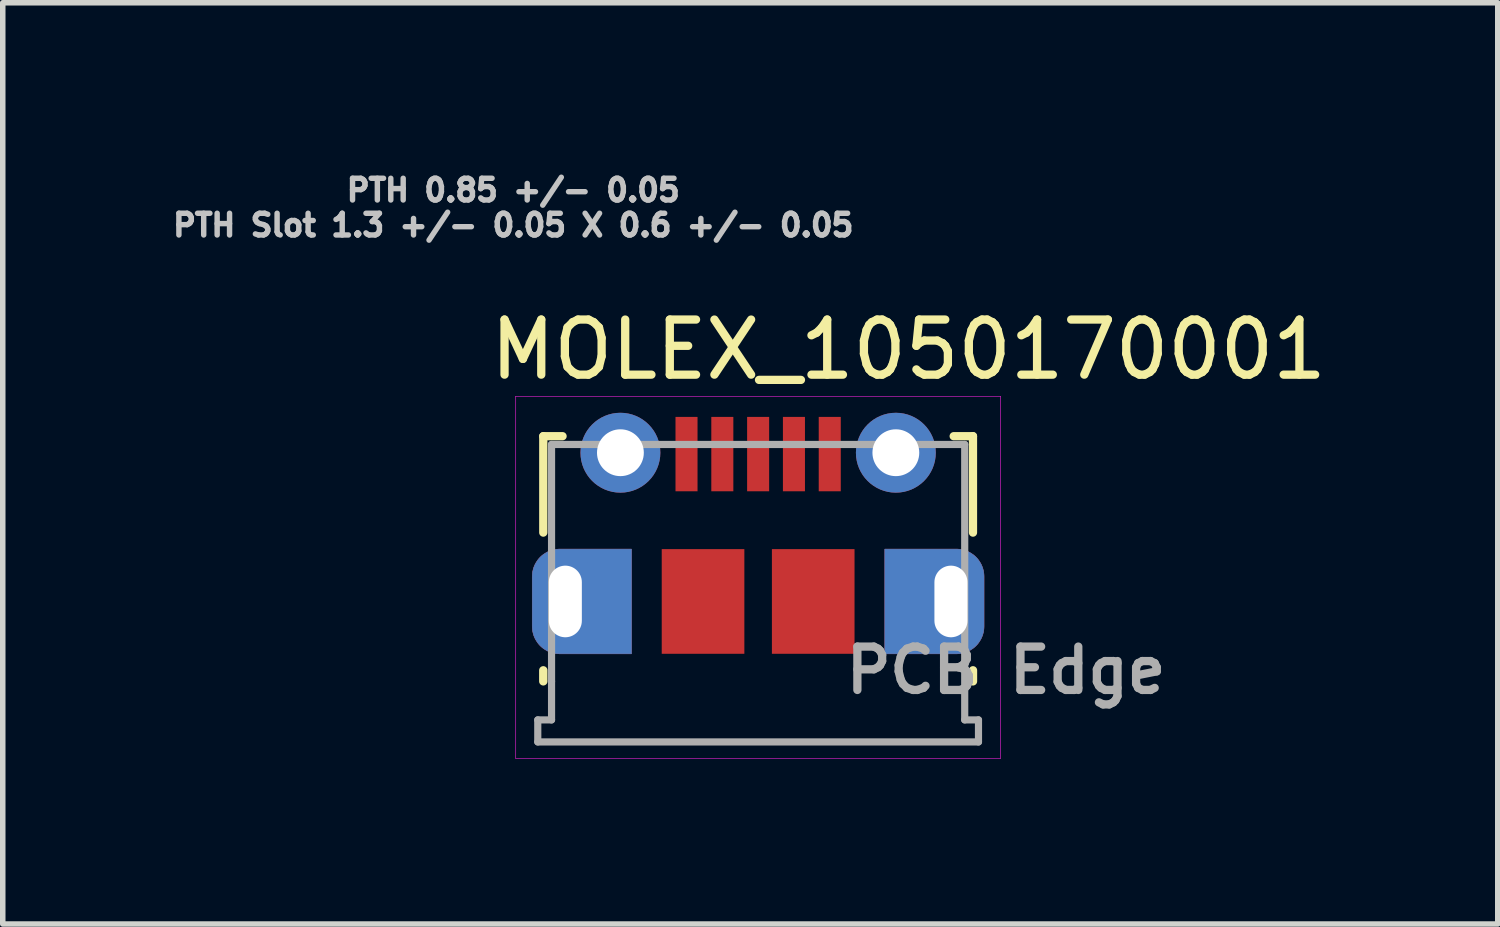
<source format=kicad_pcb>
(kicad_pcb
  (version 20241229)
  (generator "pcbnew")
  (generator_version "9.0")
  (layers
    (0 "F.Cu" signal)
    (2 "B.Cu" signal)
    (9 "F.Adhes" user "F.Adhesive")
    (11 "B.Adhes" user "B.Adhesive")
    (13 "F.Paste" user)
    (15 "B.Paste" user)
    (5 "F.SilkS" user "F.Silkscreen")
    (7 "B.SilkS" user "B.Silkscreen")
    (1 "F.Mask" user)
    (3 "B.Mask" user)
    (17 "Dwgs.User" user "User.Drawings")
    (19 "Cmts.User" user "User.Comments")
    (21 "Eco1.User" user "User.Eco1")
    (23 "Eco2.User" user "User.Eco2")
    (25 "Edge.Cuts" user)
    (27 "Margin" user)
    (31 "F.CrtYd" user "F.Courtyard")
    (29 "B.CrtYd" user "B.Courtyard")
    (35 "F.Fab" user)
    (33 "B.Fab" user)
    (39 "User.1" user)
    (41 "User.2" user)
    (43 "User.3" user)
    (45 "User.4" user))
  (footprint "MOLEX_1050170001"
    (layer "F.Cu")
    (at 10.712 9.318)
    (property "Reference" "MOLEX_1050170001" (at 2.73 -6.022 0) (layer "F.SilkS") (effects (font (size 1 1) (thickness 0.15))))
    (attr smd)
    (fp_poly (pts (xy -2.3 -0.5) (xy -3.6 -0.5) (xy -3.626 -0.501) (xy -3.652 -0.503) (xy -3.678 -0.506) (xy -3.704 -0.511) (xy -3.729 -0.517) (xy -3.755 -0.524) (xy -3.779 -0.533) (xy -3.803 -0.543) (xy -3.827 -0.554) (xy -3.85 -0.567) (xy -3.872 -0.581) (xy -3.894 -0.595) (xy -3.915 -0.611) (xy -3.935 -0.628) (xy -3.954 -0.646) (xy -3.972 -0.665) (xy -3.989 -0.685) (xy -4.005 -0.706) (xy -4.019 -0.728) (xy -4.033 -0.75) (xy -4.046 -0.773) (xy -4.057 -0.797) (xy -4.067 -0.821) (xy -4.076 -0.845) (xy -4.083 -0.871) (xy -4.089 -0.896) (xy -4.094 -0.922) (xy -4.097 -0.948) (xy -4.099 -0.974) (xy -4.1 -1) (xy -4.1 -1.9) (xy -4.099 -1.926) (xy -4.097 -1.952) (xy -4.094 -1.978) (xy -4.089 -2.004) (xy -4.083 -2.029) (xy -4.076 -2.055) (xy -4.067 -2.079) (xy -4.057 -2.103) (xy -4.046 -2.127) (xy -4.033 -2.15) (xy -4.019 -2.172) (xy -4.005 -2.194) (xy -3.989 -2.215) (xy -3.972 -2.235) (xy -3.954 -2.254) (xy -3.935 -2.272) (xy -3.915 -2.289) (xy -3.894 -2.305) (xy -3.872 -2.319) (xy -3.85 -2.333) (xy -3.827 -2.346) (xy -3.803 -2.357) (xy -3.779 -2.367) (xy -3.755 -2.376) (xy -3.729 -2.383) (xy -3.704 -2.389) (xy -3.678 -2.394) (xy -3.652 -2.397) (xy -3.626 -2.399) (xy -3.6 -2.4) (xy -2.3 -2.4) (xy -2.3 -0.5)) (stroke (width 0.01) (type solid)) (fill yes) (layer "F.Cu"))
    (fp_poly (pts (xy 2.3 -0.5) (xy 3.6 -0.5) (xy 3.626 -0.501) (xy 3.652 -0.503) (xy 3.678 -0.506) (xy 3.704 -0.511) (xy 3.729 -0.517) (xy 3.755 -0.524) (xy 3.779 -0.533) (xy 3.803 -0.543) (xy 3.827 -0.554) (xy 3.85 -0.567) (xy 3.872 -0.581) (xy 3.894 -0.595) (xy 3.915 -0.611) (xy 3.935 -0.628) (xy 3.954 -0.646) (xy 3.972 -0.665) (xy 3.989 -0.685) (xy 4.005 -0.706) (xy 4.019 -0.728) (xy 4.033 -0.75) (xy 4.046 -0.773) (xy 4.057 -0.797) (xy 4.067 -0.821) (xy 4.076 -0.845) (xy 4.083 -0.871) (xy 4.089 -0.896) (xy 4.094 -0.922) (xy 4.097 -0.948) (xy 4.099 -0.974) (xy 4.1 -1) (xy 4.1 -1.9) (xy 4.099 -1.926) (xy 4.097 -1.952) (xy 4.094 -1.978) (xy 4.089 -2.004) (xy 4.083 -2.029) (xy 4.076 -2.055) (xy 4.067 -2.079) (xy 4.057 -2.103) (xy 4.046 -2.127) (xy 4.033 -2.15) (xy 4.019 -2.172) (xy 4.005 -2.194) (xy 3.989 -2.215) (xy 3.972 -2.235) (xy 3.954 -2.254) (xy 3.935 -2.272) (xy 3.915 -2.289) (xy 3.894 -2.305) (xy 3.872 -2.319) (xy 3.85 -2.333) (xy 3.827 -2.346) (xy 3.803 -2.357) (xy 3.779 -2.367) (xy 3.755 -2.376) (xy 3.729 -2.383) (xy 3.704 -2.389) (xy 3.678 -2.394) (xy 3.652 -2.397) (xy 3.626 -2.399) (xy 3.6 -2.4) (xy 2.3 -2.4) (xy 2.3 -0.5)) (stroke (width 0.01) (type solid)) (fill yes) (layer "F.Cu"))
    (fp_circle (center -2.5 -4.15) (end -2.106 -4.15) (stroke (width 0.788) (type solid)) (fill no) (layer "F.Mask"))
    (fp_circle (center 2.5 -4.15) (end 2.894 -4.15) (stroke (width 0.788) (type solid)) (fill no) (layer "F.Mask"))
    (fp_poly (pts (xy -1.813 -2.463) (xy -0.186 -2.463) (xy -0.186 -0.436) (xy -1.813 -0.436)) (stroke (width 0.01) (type solid)) (fill yes) (layer "F.Mask"))
    (fp_poly (pts (xy -1.563 -4.864) (xy -1.036 -4.864) (xy -1.036 -3.386) (xy -1.563 -3.386)) (stroke (width 0.01) (type solid)) (fill yes) (layer "F.Mask"))
    (fp_poly (pts (xy -0.913 -4.864) (xy -0.387 -4.864) (xy -0.387 -3.386) (xy -0.913 -3.386)) (stroke (width 0.01) (type solid)) (fill yes) (layer "F.Mask"))
    (fp_poly (pts (xy -0.264 -4.864) (xy 0.264 -4.864) (xy 0.264 -3.386) (xy -0.264 -3.386)) (stroke (width 0.01) (type solid)) (fill yes) (layer "F.Mask"))
    (fp_poly (pts (xy 0.186 -2.463) (xy 1.813 -2.463) (xy 1.813 -0.436) (xy 0.186 -0.436)) (stroke (width 0.01) (type solid)) (fill yes) (layer "F.Mask"))
    (fp_poly (pts (xy 0.387 -4.864) (xy 0.913 -4.864) (xy 0.913 -3.386) (xy 0.387 -3.386)) (stroke (width 0.01) (type solid)) (fill yes) (layer "F.Mask"))
    (fp_poly (pts (xy 1.036 -4.864) (xy 1.563 -4.864) (xy 1.563 -3.386) (xy 1.036 -3.386)) (stroke (width 0.01) (type solid)) (fill yes) (layer "F.Mask"))
    (fp_poly (pts (xy -2.236 -0.436) (xy -3.6 -0.436) (xy -3.629 -0.437) (xy -3.659 -0.44) (xy -3.688 -0.443) (xy -3.717 -0.449) (xy -3.746 -0.456) (xy -3.774 -0.464) (xy -3.802 -0.474) (xy -3.829 -0.485) (xy -3.856 -0.498) (xy -3.882 -0.512) (xy -3.907 -0.527) (xy -3.931 -0.544) (xy -3.955 -0.562) (xy -3.977 -0.581) (xy -3.998 -0.602) (xy -4.019 -0.623) (xy -4.038 -0.645) (xy -4.056 -0.669) (xy -4.073 -0.693) (xy -4.088 -0.718) (xy -4.102 -0.744) (xy -4.115 -0.771) (xy -4.126 -0.798) (xy -4.136 -0.826) (xy -4.144 -0.854) (xy -4.151 -0.883) (xy -4.157 -0.912) (xy -4.16 -0.941) (xy -4.163 -0.971) (xy -4.163 -1) (xy -4.163 -1.9) (xy -4.163 -1.929) (xy -4.16 -1.959) (xy -4.157 -1.988) (xy -4.151 -2.017) (xy -4.144 -2.046) (xy -4.136 -2.074) (xy -4.126 -2.102) (xy -4.115 -2.129) (xy -4.102 -2.156) (xy -4.088 -2.182) (xy -4.073 -2.207) (xy -4.056 -2.231) (xy -4.038 -2.255) (xy -4.019 -2.277) (xy -3.998 -2.298) (xy -3.977 -2.319) (xy -3.955 -2.338) (xy -3.931 -2.356) (xy -3.907 -2.373) (xy -3.882 -2.388) (xy -3.856 -2.402) (xy -3.829 -2.415) (xy -3.802 -2.426) (xy -3.774 -2.436) (xy -3.746 -2.444) (xy -3.717 -2.451) (xy -3.688 -2.457) (xy -3.659 -2.46) (xy -3.629 -2.463) (xy -3.6 -2.463) (xy -2.236 -2.463) (xy -2.236 -0.436) (xy -2.236 -0.436)) (stroke (width 0.01) (type solid)) (fill yes) (layer "F.Mask"))
    (fp_poly (pts (xy 2.236 -0.436) (xy 3.6 -0.436) (xy 3.629 -0.437) (xy 3.659 -0.44) (xy 3.688 -0.443) (xy 3.717 -0.449) (xy 3.746 -0.456) (xy 3.774 -0.464) (xy 3.802 -0.474) (xy 3.829 -0.485) (xy 3.856 -0.498) (xy 3.882 -0.512) (xy 3.907 -0.527) (xy 3.931 -0.544) (xy 3.955 -0.562) (xy 3.977 -0.581) (xy 3.998 -0.602) (xy 4.019 -0.623) (xy 4.038 -0.645) (xy 4.056 -0.669) (xy 4.073 -0.693) (xy 4.088 -0.718) (xy 4.102 -0.744) (xy 4.115 -0.771) (xy 4.126 -0.798) (xy 4.136 -0.826) (xy 4.144 -0.854) (xy 4.151 -0.883) (xy 4.157 -0.912) (xy 4.16 -0.941) (xy 4.163 -0.971) (xy 4.163 -1) (xy 4.163 -1.9) (xy 4.163 -1.929) (xy 4.16 -1.959) (xy 4.157 -1.988) (xy 4.151 -2.017) (xy 4.144 -2.046) (xy 4.136 -2.074) (xy 4.126 -2.102) (xy 4.115 -2.129) (xy 4.102 -2.156) (xy 4.088 -2.182) (xy 4.073 -2.207) (xy 4.056 -2.231) (xy 4.038 -2.255) (xy 4.019 -2.277) (xy 3.998 -2.298) (xy 3.977 -2.319) (xy 3.955 -2.338) (xy 3.931 -2.356) (xy 3.907 -2.373) (xy 3.882 -2.388) (xy 3.856 -2.402) (xy 3.829 -2.415) (xy 3.802 -2.426) (xy 3.774 -2.436) (xy 3.746 -2.444) (xy 3.717 -2.451) (xy 3.688 -2.457) (xy 3.659 -2.46) (xy 3.629 -2.463) (xy 3.6 -2.463) (xy 2.236 -2.463) (xy 2.236 -0.436) (xy 2.236 -0.436)) (stroke (width 0.01) (type solid)) (fill yes) (layer "F.Mask"))
    (fp_poly (pts (xy -2.3 -0.5) (xy -3.6 -0.5) (xy -3.626 -0.501) (xy -3.652 -0.503) (xy -3.678 -0.506) (xy -3.704 -0.511) (xy -3.729 -0.517) (xy -3.755 -0.524) (xy -3.779 -0.533) (xy -3.803 -0.543) (xy -3.827 -0.554) (xy -3.85 -0.567) (xy -3.872 -0.581) (xy -3.894 -0.595) (xy -3.915 -0.611) (xy -3.935 -0.628) (xy -3.954 -0.646) (xy -3.972 -0.665) (xy -3.989 -0.685) (xy -4.005 -0.706) (xy -4.019 -0.728) (xy -4.033 -0.75) (xy -4.046 -0.773) (xy -4.057 -0.797) (xy -4.067 -0.821) (xy -4.076 -0.845) (xy -4.083 -0.871) (xy -4.089 -0.896) (xy -4.094 -0.922) (xy -4.097 -0.948) (xy -4.099 -0.974) (xy -4.1 -1) (xy -4.1 -1.9) (xy -4.099 -1.926) (xy -4.097 -1.952) (xy -4.094 -1.978) (xy -4.089 -2.004) (xy -4.083 -2.029) (xy -4.076 -2.055) (xy -4.067 -2.079) (xy -4.057 -2.103) (xy -4.046 -2.127) (xy -4.033 -2.15) (xy -4.019 -2.172) (xy -4.005 -2.194) (xy -3.989 -2.215) (xy -3.972 -2.235) (xy -3.954 -2.254) (xy -3.935 -2.272) (xy -3.915 -2.289) (xy -3.894 -2.305) (xy -3.872 -2.319) (xy -3.85 -2.333) (xy -3.827 -2.346) (xy -3.803 -2.357) (xy -3.779 -2.367) (xy -3.755 -2.376) (xy -3.729 -2.383) (xy -3.704 -2.389) (xy -3.678 -2.394) (xy -3.652 -2.397) (xy -3.626 -2.399) (xy -3.6 -2.4) (xy -2.3 -2.4) (xy -2.3 -0.5)) (stroke (width 0.01) (type solid)) (fill yes) (layer "B.Cu"))
    (fp_poly (pts (xy 2.3 -0.5) (xy 3.6 -0.5) (xy 3.626 -0.501) (xy 3.652 -0.503) (xy 3.678 -0.506) (xy 3.704 -0.511) (xy 3.729 -0.517) (xy 3.755 -0.524) (xy 3.779 -0.533) (xy 3.803 -0.543) (xy 3.827 -0.554) (xy 3.85 -0.567) (xy 3.872 -0.581) (xy 3.894 -0.595) (xy 3.915 -0.611) (xy 3.935 -0.628) (xy 3.954 -0.646) (xy 3.972 -0.665) (xy 3.989 -0.685) (xy 4.005 -0.706) (xy 4.019 -0.728) (xy 4.033 -0.75) (xy 4.046 -0.773) (xy 4.057 -0.797) (xy 4.067 -0.821) (xy 4.076 -0.845) (xy 4.083 -0.871) (xy 4.089 -0.896) (xy 4.094 -0.922) (xy 4.097 -0.948) (xy 4.099 -0.974) (xy 4.1 -1) (xy 4.1 -1.9) (xy 4.099 -1.926) (xy 4.097 -1.952) (xy 4.094 -1.978) (xy 4.089 -2.004) (xy 4.083 -2.029) (xy 4.076 -2.055) (xy 4.067 -2.079) (xy 4.057 -2.103) (xy 4.046 -2.127) (xy 4.033 -2.15) (xy 4.019 -2.172) (xy 4.005 -2.194) (xy 3.989 -2.215) (xy 3.972 -2.235) (xy 3.954 -2.254) (xy 3.935 -2.272) (xy 3.915 -2.289) (xy 3.894 -2.305) (xy 3.872 -2.319) (xy 3.85 -2.333) (xy 3.827 -2.346) (xy 3.803 -2.357) (xy 3.779 -2.367) (xy 3.755 -2.376) (xy 3.729 -2.383) (xy 3.704 -2.389) (xy 3.678 -2.394) (xy 3.652 -2.397) (xy 3.626 -2.399) (xy 3.6 -2.4) (xy 2.3 -2.4) (xy 2.3 -0.5)) (stroke (width 0.01) (type solid)) (fill yes) (layer "B.Cu"))
    (fp_circle (center -2.5 -4.15) (end -2.106 -4.15) (stroke (width 0.788) (type solid)) (fill no) (layer "B.Mask"))
    (fp_circle (center 2.5 -4.15) (end 2.894 -4.15) (stroke (width 0.788) (type solid)) (fill no) (layer "B.Mask"))
    (fp_poly (pts (xy -2.236 -0.436) (xy -3.6 -0.436) (xy -3.629 -0.437) (xy -3.659 -0.44) (xy -3.688 -0.443) (xy -3.717 -0.449) (xy -3.746 -0.456) (xy -3.774 -0.464) (xy -3.802 -0.474) (xy -3.829 -0.485) (xy -3.856 -0.498) (xy -3.882 -0.512) (xy -3.907 -0.527) (xy -3.931 -0.544) (xy -3.955 -0.562) (xy -3.977 -0.581) (xy -3.998 -0.602) (xy -4.019 -0.623) (xy -4.038 -0.645) (xy -4.056 -0.669) (xy -4.073 -0.693) (xy -4.088 -0.718) (xy -4.102 -0.744) (xy -4.115 -0.771) (xy -4.126 -0.798) (xy -4.136 -0.826) (xy -4.144 -0.854) (xy -4.151 -0.883) (xy -4.157 -0.912) (xy -4.16 -0.941) (xy -4.163 -0.971) (xy -4.163 -1) (xy -4.163 -1.9) (xy -4.163 -1.929) (xy -4.16 -1.959) (xy -4.157 -1.988) (xy -4.151 -2.017) (xy -4.144 -2.046) (xy -4.136 -2.074) (xy -4.126 -2.102) (xy -4.115 -2.129) (xy -4.102 -2.156) (xy -4.088 -2.182) (xy -4.073 -2.207) (xy -4.056 -2.231) (xy -4.038 -2.255) (xy -4.019 -2.277) (xy -3.998 -2.298) (xy -3.977 -2.319) (xy -3.955 -2.338) (xy -3.931 -2.356) (xy -3.907 -2.373) (xy -3.882 -2.388) (xy -3.856 -2.402) (xy -3.829 -2.415) (xy -3.802 -2.426) (xy -3.774 -2.436) (xy -3.746 -2.444) (xy -3.717 -2.451) (xy -3.688 -2.457) (xy -3.659 -2.46) (xy -3.629 -2.463) (xy -3.6 -2.463) (xy -2.236 -2.463) (xy -2.236 -0.436) (xy -2.236 -0.436)) (stroke (width 0.01) (type solid)) (fill yes) (layer "B.Mask"))
    (fp_poly (pts (xy 2.236 -0.436) (xy 3.6 -0.436) (xy 3.629 -0.437) (xy 3.659 -0.44) (xy 3.688 -0.443) (xy 3.717 -0.449) (xy 3.746 -0.456) (xy 3.774 -0.464) (xy 3.802 -0.474) (xy 3.829 -0.485) (xy 3.856 -0.498) (xy 3.882 -0.512) (xy 3.907 -0.527) (xy 3.931 -0.544) (xy 3.955 -0.562) (xy 3.977 -0.581) (xy 3.998 -0.602) (xy 4.019 -0.623) (xy 4.038 -0.645) (xy 4.056 -0.669) (xy 4.073 -0.693) (xy 4.088 -0.718) (xy 4.102 -0.744) (xy 4.115 -0.771) (xy 4.126 -0.798) (xy 4.136 -0.826) (xy 4.144 -0.854) (xy 4.151 -0.883) (xy 4.157 -0.912) (xy 4.16 -0.941) (xy 4.163 -0.971) (xy 4.163 -1) (xy 4.163 -1.9) (xy 4.163 -1.929) (xy 4.16 -1.959) (xy 4.157 -1.988) (xy 4.151 -2.017) (xy 4.144 -2.046) (xy 4.136 -2.074) (xy 4.126 -2.102) (xy 4.115 -2.129) (xy 4.102 -2.156) (xy 4.088 -2.182) (xy 4.073 -2.207) (xy 4.056 -2.231) (xy 4.038 -2.255) (xy 4.019 -2.277) (xy 3.998 -2.298) (xy 3.977 -2.319) (xy 3.955 -2.338) (xy 3.931 -2.356) (xy 3.907 -2.373) (xy 3.882 -2.388) (xy 3.856 -2.402) (xy 3.829 -2.415) (xy 3.802 -2.426) (xy 3.774 -2.436) (xy 3.746 -2.444) (xy 3.717 -2.451) (xy 3.688 -2.457) (xy 3.659 -2.46) (xy 3.629 -2.463) (xy 3.6 -2.463) (xy 2.236 -2.463) (xy 2.236 -0.436) (xy 2.236 -0.436)) (stroke (width 0.01) (type solid)) (fill yes) (layer "B.Mask"))
    (fp_line (start -3.9 -4.45) (end -3.55 -4.45) (stroke (width 0.15) (type solid)) (layer "F.SilkS"))
    (fp_line (start -3.9 -2.7) (end -3.9 -4.45) (stroke (width 0.15) (type solid)) (layer "F.SilkS"))
    (fp_line (start -3.9 -0.2) (end -3.9 0) (stroke (width 0.152) (type solid)) (layer "F.SilkS"))
    (fp_line (start 3.9 -4.45) (end 3.55 -4.45) (stroke (width 0.15) (type solid)) (layer "F.SilkS"))
    (fp_line (start 3.9 -2.7) (end 3.9 -4.45) (stroke (width 0.15) (type solid)) (layer "F.SilkS"))
    (fp_line (start 3.9 0) (end 3.9 -0.2) (stroke (width 0.152) (type solid)) (layer "F.SilkS"))
    (fp_line (start -4.4 -5.175) (end -4.4 1.4) (stroke (width 0.01) (type solid)) (layer "F.CrtYd"))
    (fp_line (start -4.4 1.4) (end 4.4 1.4) (stroke (width 0.01) (type solid)) (layer "F.CrtYd"))
    (fp_line (start 4.4 -5.175) (end -4.4 -5.175) (stroke (width 0.01) (type solid)) (layer "F.CrtYd"))
    (fp_line (start 4.4 1.4) (end 4.4 -5.175) (stroke (width 0.01) (type solid)) (layer "F.CrtYd"))
    (fp_line (start -4 0.7) (end -3.75 0.7) (stroke (width 0.13) (type solid)) (layer "F.Fab"))
    (fp_line (start -4 1.1) (end -4 0.7) (stroke (width 0.13) (type solid)) (layer "F.Fab"))
    (fp_line (start -3.75 -4.3) (end 3.75 -4.3) (stroke (width 0.13) (type solid)) (layer "F.Fab"))
    (fp_line (start -3.75 0) (end -3.75 -4.3) (stroke (width 0.13) (type solid)) (layer "F.Fab"))
    (fp_line (start -3.75 0.7) (end -3.75 0) (stroke (width 0.13) (type solid)) (layer "F.Fab"))
    (fp_line (start 3.75 -4.3) (end 3.75 0.7) (stroke (width 0.13) (type solid)) (layer "F.Fab"))
    (fp_line (start 3.75 0.7) (end 4 0.7) (stroke (width 0.13) (type solid)) (layer "F.Fab"))
    (fp_line (start 4 0.7) (end 4 1.1) (stroke (width 0.13) (type solid)) (layer "F.Fab"))
    (fp_line (start 4 1.1) (end -4 1.1) (stroke (width 0.13) (type solid)) (layer "F.Fab"))
    (fp_text user "PTH 0.85 +/- 0.05" (at -4.445 -8.915 0) (layer "Dwgs.User") (effects (font (size 0.394 0.394) (thickness 0.15))))
    (fp_text user "PTH Slot 1.3 +/- 0.05 X 0.6 +/- 0.05" (at -4.445 -8.28 0) (layer "Dwgs.User") (effects (font (size 0.394 0.394) (thickness 0.15))))
    (fp_text user "PCB Edge" (at 4.5 -0.2 0) (layer "F.Fab") (effects (font (size 0.787 0.787) (thickness 0.15))))
    (pad "1" smd rect (at -1.3 -4.125) (size 0.4 1.35) (layers "F.Cu" "F.Paste"))
    (pad "2" smd rect (at -0.65 -4.125) (size 0.4 1.35) (layers "F.Cu" "F.Paste"))
    (pad "3" smd rect (at 0 -4.125) (size 0.4 1.35) (layers "F.Cu" "F.Paste"))
    (pad "4" smd rect (at 0.65 -4.125) (size 0.4 1.35) (layers "F.Cu" "F.Paste"))
    (pad "5" smd rect (at 1.3 -4.125) (size 0.4 1.35) (layers "F.Cu" "F.Paste"))
    (pad "SH1" thru_hole circle (at -2.5 -4.15) (size 1.45 1.45) (drill 0.85) (layers "*.Cu"))
    (pad "SH2" thru_hole circle (at 2.5 -4.15) (size 1.45 1.45) (drill 0.85) (layers "*.Cu"))
    (pad "SH3" thru_hole oval (at -3.5 -1.45) (size 1.1 1.8) (drill oval 0.6 1.3) (layers "*.Cu"))
    (pad "SH4" smd rect (at -1 -1.45) (size 1.5 1.9) (layers "F.Cu" "F.Paste"))
    (pad "SH5" smd rect (at 1 -1.45) (size 1.5 1.9) (layers "F.Cu" "F.Paste"))
    (pad "SH6" thru_hole oval (at 3.5 -1.45) (size 1.1 1.8) (drill oval 0.6 1.3) (layers "*.Cu")))
  (gr_rect
    (start -3 -3)
    (end 24.138 13.723)
    (stroke (width 0.1) (type default))
    (fill no)
    (layer "Edge.Cuts")))
</source>
